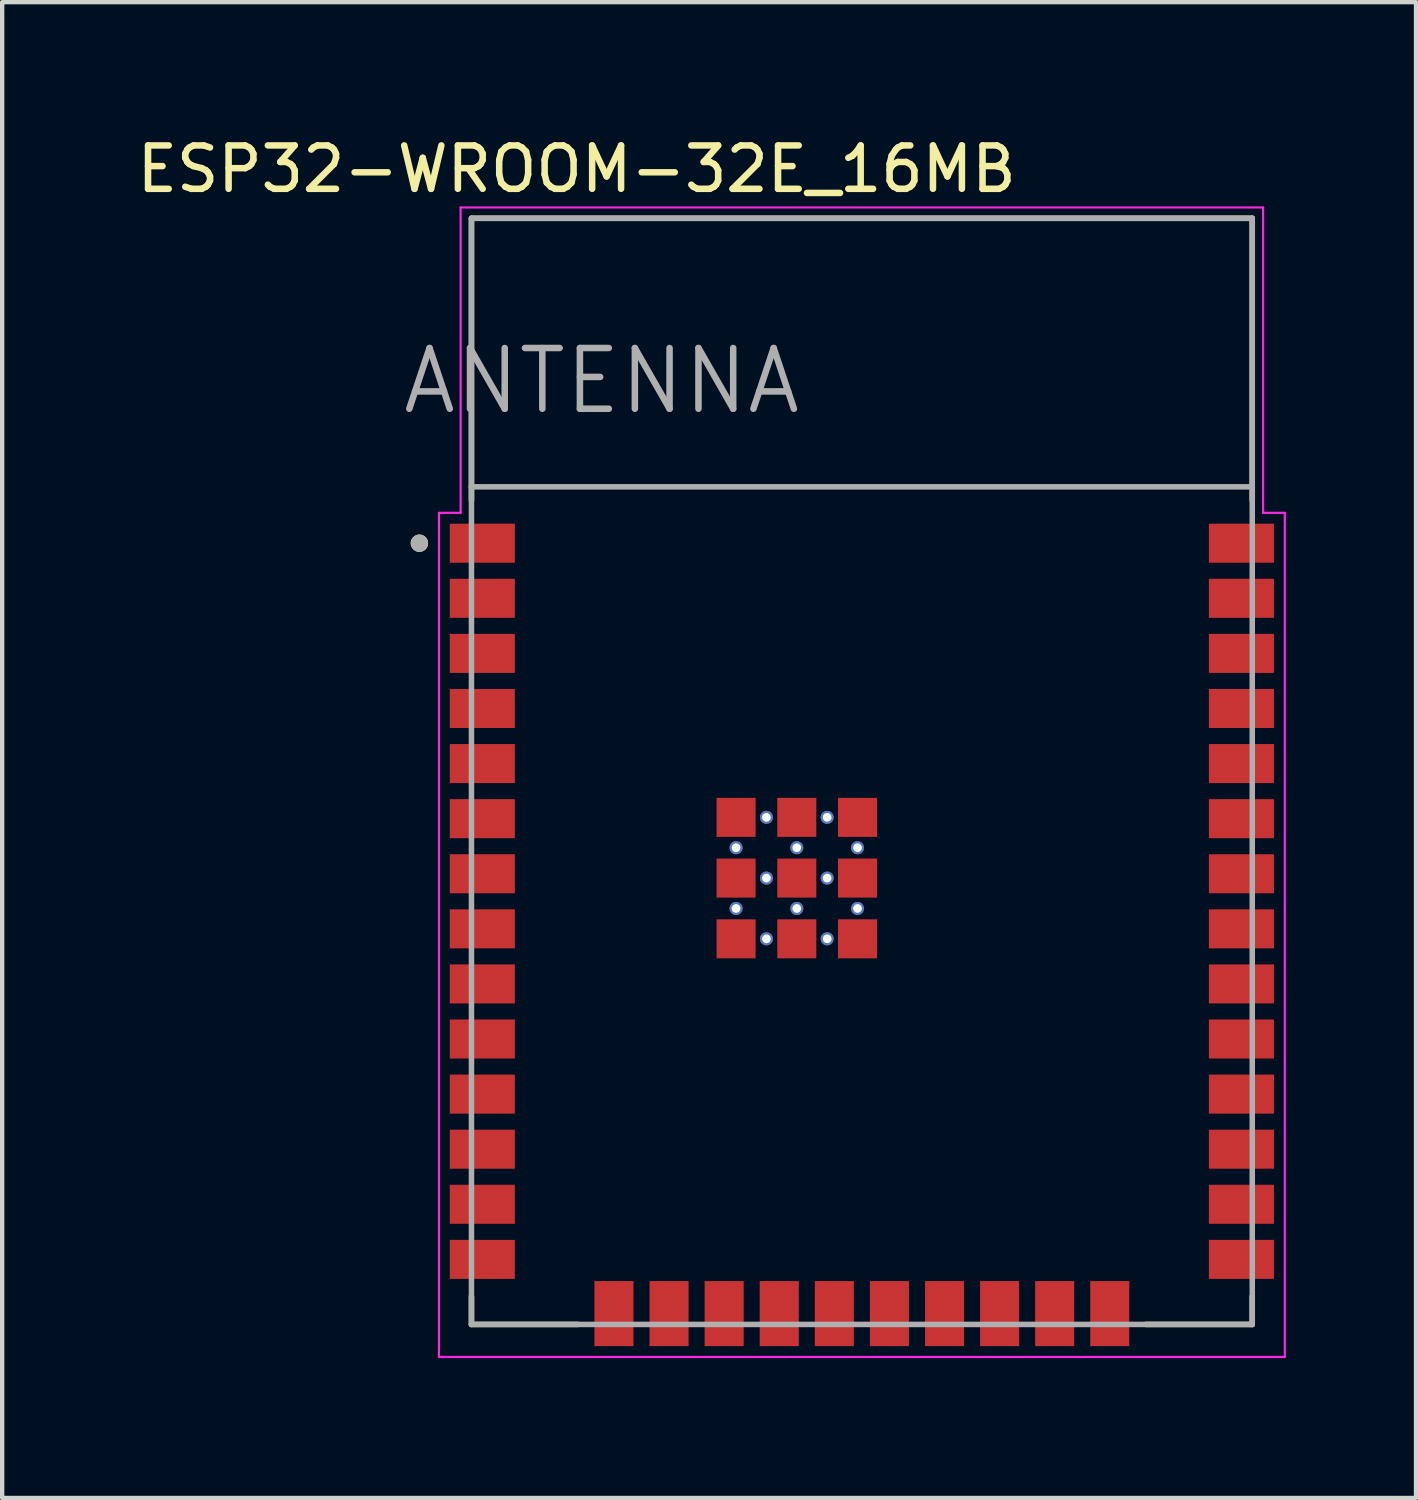
<source format=kicad_pcb>
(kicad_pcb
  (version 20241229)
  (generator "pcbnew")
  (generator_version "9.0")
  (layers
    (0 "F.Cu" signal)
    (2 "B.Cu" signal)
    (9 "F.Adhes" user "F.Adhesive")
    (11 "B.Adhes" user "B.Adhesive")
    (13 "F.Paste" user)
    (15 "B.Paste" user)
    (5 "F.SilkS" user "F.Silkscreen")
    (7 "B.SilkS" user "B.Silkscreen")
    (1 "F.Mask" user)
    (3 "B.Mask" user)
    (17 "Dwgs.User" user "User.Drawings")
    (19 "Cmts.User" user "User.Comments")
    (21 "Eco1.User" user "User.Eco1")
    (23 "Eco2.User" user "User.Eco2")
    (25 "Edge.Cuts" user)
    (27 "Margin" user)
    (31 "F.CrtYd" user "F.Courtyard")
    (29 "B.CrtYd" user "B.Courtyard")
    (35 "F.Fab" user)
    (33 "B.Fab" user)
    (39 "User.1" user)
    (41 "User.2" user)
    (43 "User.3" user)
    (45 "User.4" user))
  (footprint "ESP32-WROOM-32E_16MB"
    (layer "F.Cu")
    (at 7.069 28.233)
    (property "Reference" "ESP32-WROOM-32E_16MB" (at 3.175 -27.385 0) (layer "F.SilkS") (effects (font (size 1 1) (thickness 0.15))))
    (attr through_hole)
    (fp_line (start 0.75 -26.25) (end 18.75 -26.25) (stroke (width 0.127) (type solid)) (layer "F.SilkS"))
    (fp_line (start 0.75 -19.75) (end 0.75 -26.25) (stroke (width 0.127) (type solid)) (layer "F.SilkS"))
    (fp_line (start 0.75 -1.4) (end 0.75 -0.75) (stroke (width 0.127) (type solid)) (layer "F.SilkS"))
    (fp_line (start 0.75 -0.75) (end 3.2 -0.75) (stroke (width 0.127) (type solid)) (layer "F.SilkS"))
    (fp_line (start 16.3 -0.75) (end 18.75 -0.75) (stroke (width 0.127) (type solid)) (layer "F.SilkS"))
    (fp_line (start 18.75 -26.25) (end 18.75 -19.75) (stroke (width 0.127) (type solid)) (layer "F.SilkS"))
    (fp_line (start 18.75 -0.75) (end 18.75 -1.4) (stroke (width 0.127) (type solid)) (layer "F.SilkS"))
    (fp_circle (center -0.45 -18.76) (end -0.35 -18.76) (stroke (width 0.2) (type solid)) (fill no) (layer "F.SilkS"))
    (fp_line (start 0 -19.46) (end 0.5 -19.46) (stroke (width 0.05) (type solid)) (layer "F.CrtYd"))
    (fp_line (start 0 0) (end 0 -19.46) (stroke (width 0.05) (type solid)) (layer "F.CrtYd"))
    (fp_line (start 0.5 -26.5) (end 19 -26.5) (stroke (width 0.05) (type solid)) (layer "F.CrtYd"))
    (fp_line (start 0.5 -19.46) (end 0.5 -26.5) (stroke (width 0.05) (type solid)) (layer "F.CrtYd"))
    (fp_line (start 19 -26.5) (end 19 -19.46) (stroke (width 0.05) (type solid)) (layer "F.CrtYd"))
    (fp_line (start 19 -19.46) (end 19.5 -19.46) (stroke (width 0.05) (type solid)) (layer "F.CrtYd"))
    (fp_line (start 19.5 -19.46) (end 19.5 0) (stroke (width 0.05) (type solid)) (layer "F.CrtYd"))
    (fp_line (start 19.5 0) (end 0 0) (stroke (width 0.05) (type solid)) (layer "F.CrtYd"))
    (fp_line (start 0.75 -26.25) (end 0.75 -20.06) (stroke (width 0.127) (type solid)) (layer "F.Fab"))
    (fp_line (start 0.75 -26.25) (end 18.75 -26.25) (stroke (width 0.127) (type solid)) (layer "F.Fab"))
    (fp_line (start 0.75 -20.06) (end 18.75 -20.06) (stroke (width 0.127) (type solid)) (layer "F.Fab"))
    (fp_line (start 0.75 -0.75) (end 0.75 -20.06) (stroke (width 0.127) (type solid)) (layer "F.Fab"))
    (fp_line (start 18.75 -26.25) (end 18.75 -20.06) (stroke (width 0.127) (type solid)) (layer "F.Fab"))
    (fp_line (start 18.75 -20.06) (end 18.75 -0.75) (stroke (width 0.127) (type solid)) (layer "F.Fab"))
    (fp_line (start 18.75 -0.75) (end 0.75 -0.75) (stroke (width 0.127) (type solid)) (layer "F.Fab"))
    (fp_circle (center -0.45 -18.76) (end -0.35 -18.76) (stroke (width 0.2) (type solid)) (fill no) (layer "F.Fab"))
    (fp_text user "ANTENNA" (at 3.75 -22.5 0) (layer "F.Fab") (effects (font (size 1.4 1.4) (thickness 0.15))))
    (pad "1" smd rect (at 1 -18.76) (size 1.5 0.9) (layers "F.Cu" "F.Mask" "F.Paste"))
    (pad "2" smd rect (at 1 -17.49) (size 1.5 0.9) (layers "F.Cu" "F.Mask" "F.Paste"))
    (pad "3" smd rect (at 1 -16.22) (size 1.5 0.9) (layers "F.Cu" "F.Mask" "F.Paste"))
    (pad "4" smd rect (at 1 -14.95) (size 1.5 0.9) (layers "F.Cu" "F.Mask" "F.Paste"))
    (pad "5" smd rect (at 1 -13.68) (size 1.5 0.9) (layers "F.Cu" "F.Mask" "F.Paste"))
    (pad "6" smd rect (at 1 -12.41) (size 1.5 0.9) (layers "F.Cu" "F.Mask" "F.Paste"))
    (pad "7" smd rect (at 1 -11.14) (size 1.5 0.9) (layers "F.Cu" "F.Mask" "F.Paste"))
    (pad "8" smd rect (at 1 -9.87) (size 1.5 0.9) (layers "F.Cu" "F.Mask" "F.Paste"))
    (pad "9" smd rect (at 1 -8.6) (size 1.5 0.9) (layers "F.Cu" "F.Mask" "F.Paste"))
    (pad "10" smd rect (at 1 -7.33) (size 1.5 0.9) (layers "F.Cu" "F.Mask" "F.Paste"))
    (pad "11" smd rect (at 1 -6.06) (size 1.5 0.9) (layers "F.Cu" "F.Mask" "F.Paste"))
    (pad "12" smd rect (at 1 -4.79) (size 1.5 0.9) (layers "F.Cu" "F.Mask" "F.Paste"))
    (pad "13" smd rect (at 1 -3.52) (size 1.5 0.9) (layers "F.Cu" "F.Mask" "F.Paste"))
    (pad "14" smd rect (at 1 -2.25) (size 1.5 0.9) (layers "F.Cu" "F.Mask" "F.Paste"))
    (pad "15" smd rect (at 4.035 -1) (size 0.9 1.5) (layers "F.Cu" "F.Mask" "F.Paste"))
    (pad "16" smd rect (at 5.305 -1) (size 0.9 1.5) (layers "F.Cu" "F.Mask" "F.Paste"))
    (pad "17" smd rect (at 6.575 -1) (size 0.9 1.5) (layers "F.Cu" "F.Mask" "F.Paste"))
    (pad "18" smd rect (at 7.845 -1) (size 0.9 1.5) (layers "F.Cu" "F.Mask" "F.Paste"))
    (pad "19" smd rect (at 9.115 -1) (size 0.9 1.5) (layers "F.Cu" "F.Mask" "F.Paste"))
    (pad "20" smd rect (at 10.385 -1) (size 0.9 1.5) (layers "F.Cu" "F.Mask" "F.Paste"))
    (pad "21" smd rect (at 11.655 -1) (size 0.9 1.5) (layers "F.Cu" "F.Mask" "F.Paste"))
    (pad "22" smd rect (at 12.925 -1) (size 0.9 1.5) (layers "F.Cu" "F.Mask" "F.Paste"))
    (pad "23" smd rect (at 14.195 -1) (size 0.9 1.5) (layers "F.Cu" "F.Mask" "F.Paste"))
    (pad "24" smd rect (at 15.465 -1) (size 0.9 1.5) (layers "F.Cu" "F.Mask" "F.Paste"))
    (pad "25" smd rect (at 18.5 -2.25) (size 1.5 0.9) (layers "F.Cu" "F.Mask" "F.Paste"))
    (pad "26" smd rect (at 18.5 -3.52) (size 1.5 0.9) (layers "F.Cu" "F.Mask" "F.Paste"))
    (pad "27" smd rect (at 18.5 -4.79) (size 1.5 0.9) (layers "F.Cu" "F.Mask" "F.Paste"))
    (pad "28" smd rect (at 18.5 -6.06) (size 1.5 0.9) (layers "F.Cu" "F.Mask" "F.Paste"))
    (pad "29" smd rect (at 18.5 -7.33) (size 1.5 0.9) (layers "F.Cu" "F.Mask" "F.Paste"))
    (pad "30" smd rect (at 18.5 -8.6) (size 1.5 0.9) (layers "F.Cu" "F.Mask" "F.Paste"))
    (pad "31" smd rect (at 18.5 -9.87) (size 1.5 0.9) (layers "F.Cu" "F.Mask" "F.Paste"))
    (pad "32" smd rect (at 18.5 -11.14) (size 1.5 0.9) (layers "F.Cu" "F.Mask" "F.Paste"))
    (pad "33" smd rect (at 18.5 -12.41) (size 1.5 0.9) (layers "F.Cu" "F.Mask" "F.Paste"))
    (pad "34" smd rect (at 18.5 -13.68) (size 1.5 0.9) (layers "F.Cu" "F.Mask" "F.Paste"))
    (pad "35" smd rect (at 18.5 -14.95) (size 1.5 0.9) (layers "F.Cu" "F.Mask" "F.Paste"))
    (pad "36" smd rect (at 18.5 -16.22) (size 1.5 0.9) (layers "F.Cu" "F.Mask" "F.Paste"))
    (pad "37" smd rect (at 18.5 -17.49) (size 1.5 0.9) (layers "F.Cu" "F.Mask" "F.Paste"))
    (pad "38" smd rect (at 18.5 -18.76) (size 1.5 0.9) (layers "F.Cu" "F.Mask" "F.Paste"))
    (pad "39_1" smd rect (at 6.85 -12.44) (size 0.9 0.9) (layers "F.Cu" "F.Mask" "F.Paste"))
    (pad "39_2" smd rect (at 8.25 -12.44) (size 0.9 0.9) (layers "F.Cu" "F.Mask" "F.Paste"))
    (pad "39_3" smd rect (at 9.65 -12.44) (size 0.9 0.9) (layers "F.Cu" "F.Mask" "F.Paste"))
    (pad "39_4" smd rect (at 6.85 -11.04) (size 0.9 0.9) (layers "F.Cu" "F.Mask" "F.Paste"))
    (pad "39_5" smd rect (at 8.25 -11.04) (size 0.9 0.9) (layers "F.Cu" "F.Mask" "F.Paste"))
    (pad "39_6" smd rect (at 9.65 -11.04) (size 0.9 0.9) (layers "F.Cu" "F.Mask" "F.Paste"))
    (pad "39_7" smd rect (at 6.85 -9.64) (size 0.9 0.9) (layers "F.Cu" "F.Mask" "F.Paste"))
    (pad "39_8" smd rect (at 8.25 -9.64) (size 0.9 0.9) (layers "F.Cu" "F.Mask" "F.Paste"))
    (pad "39_9" smd rect (at 9.65 -9.64) (size 0.9 0.9) (layers "F.Cu" "F.Mask" "F.Paste"))
    (pad "39_10" thru_hole circle (at 7.55 -12.44) (size 0.3 0.3) (drill 0.2) (layers "*.Cu"))
    (pad "39_11" thru_hole circle (at 8.95 -12.44) (size 0.3 0.3) (drill 0.2) (layers "*.Cu"))
    (pad "39_12" thru_hole circle (at 6.85 -11.74) (size 0.3 0.3) (drill 0.2) (layers "*.Cu"))
    (pad "39_13" thru_hole circle (at 8.25 -11.74) (size 0.3 0.3) (drill 0.2) (layers "*.Cu"))
    (pad "39_14" thru_hole circle (at 9.65 -11.74) (size 0.3 0.3) (drill 0.2) (layers "*.Cu"))
    (pad "39_15" thru_hole circle (at 7.55 -11.04) (size 0.3 0.3) (drill 0.2) (layers "*.Cu"))
    (pad "39_16" thru_hole circle (at 8.95 -11.04) (size 0.3 0.3) (drill 0.2) (layers "*.Cu"))
    (pad "39_17" thru_hole circle (at 6.85 -10.34) (size 0.3 0.3) (drill 0.2) (layers "*.Cu"))
    (pad "39_18" thru_hole circle (at 8.25 -10.34) (size 0.3 0.3) (drill 0.2) (layers "*.Cu"))
    (pad "39_19" thru_hole circle (at 9.65 -10.34) (size 0.3 0.3) (drill 0.2) (layers "*.Cu"))
    (pad "39_20" thru_hole circle (at 7.55 -9.64) (size 0.3 0.3) (drill 0.2) (layers "*.Cu"))
    (pad "39_21" thru_hole circle (at 8.95 -9.64) (size 0.3 0.3) (drill 0.2) (layers "*.Cu"))
    (zone (net_name "") (layer "F.Cu") (hatch full 0.508) (connect_pads) (min_thickness 0.01) (filled_areas_thickness no) (keepout (tracks not_allowed) (vias not_allowed) (pads not_allowed) (copperpour not_allowed) (footprints allowed)) (placement (enabled no)) (fill) (polygon (pts (xy 7.819 1.983) (xy 25.819 1.983) (xy 25.819 8.173) (xy 7.819 8.173))))
    (zone (net_name "") (layers "F.Cu" "B.Cu") (hatch full 0.508) (connect_pads) (min_thickness 0.01) (filled_areas_thickness no) (keepout (tracks allowed) (vias not_allowed) (pads allowed) (copperpour allowed) (footprints allowed)) (placement (enabled no)) (fill) (polygon (pts (xy 7.819 1.983) (xy 25.819 1.983) (xy 25.819 8.173) (xy 7.819 8.173)))))
  (gr_rect
    (start -3 -3)
    (end 29.594 31.483)
    (stroke (width 0.1) (type default))
    (fill no)
    (layer "Edge.Cuts")))
</source>
